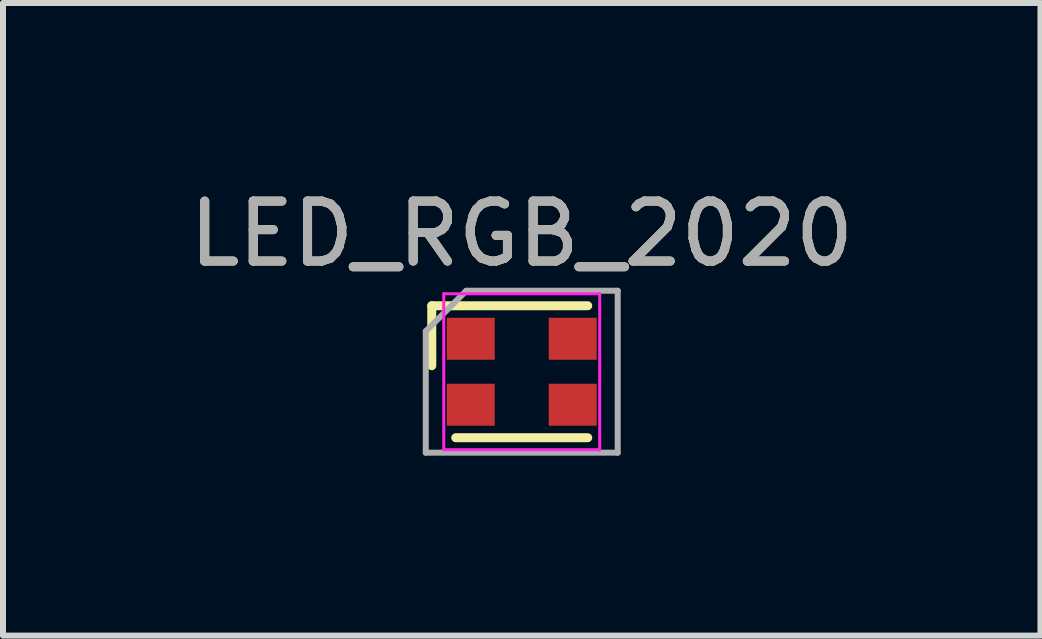
<source format=kicad_pcb>
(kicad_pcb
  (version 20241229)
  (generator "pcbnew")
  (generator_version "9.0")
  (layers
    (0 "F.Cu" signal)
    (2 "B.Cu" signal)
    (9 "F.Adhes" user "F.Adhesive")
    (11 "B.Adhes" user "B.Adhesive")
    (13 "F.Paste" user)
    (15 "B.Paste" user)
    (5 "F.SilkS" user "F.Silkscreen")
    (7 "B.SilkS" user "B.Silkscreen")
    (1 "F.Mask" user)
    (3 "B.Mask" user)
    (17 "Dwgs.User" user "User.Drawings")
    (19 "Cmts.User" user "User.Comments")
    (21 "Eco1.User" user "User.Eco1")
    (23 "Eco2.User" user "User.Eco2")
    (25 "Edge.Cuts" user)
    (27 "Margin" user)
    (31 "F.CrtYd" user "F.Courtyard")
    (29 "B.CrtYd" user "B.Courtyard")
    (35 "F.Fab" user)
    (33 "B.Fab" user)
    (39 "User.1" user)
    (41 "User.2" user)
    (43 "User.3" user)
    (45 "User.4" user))
  (footprint "LED_RGB_2020"
    (layer "F.Cu")
    (at 5.649 3.148)
    (property "Reference" "LED_RGB_2020" (at 0 -2.3 0) (layer "F.SilkS") (effects (font (size 1 1) (thickness 0.15))))
    (attr smd)
    (fp_line (start -1.5 -1.1) (end -1.5 -0.1) (stroke (width 0.15) (type solid)) (layer "F.SilkS"))
    (fp_line (start -1.5 -1.1) (end 1.1 -1.1) (stroke (width 0.15) (type solid)) (layer "F.SilkS"))
    (fp_line (start 1.1 1.1) (end -1.1 1.1) (stroke (width 0.15) (type solid)) (layer "F.SilkS"))
    (fp_line (start -1.3 -1.3) (end -1.3 1.3) (stroke (width 0.05) (type solid)) (layer "F.CrtYd"))
    (fp_line (start -1.3 1.3) (end 1.3 1.3) (stroke (width 0.05) (type solid)) (layer "F.CrtYd"))
    (fp_line (start 1.3 -1.3) (end -1.3 -1.3) (stroke (width 0.05) (type solid)) (layer "F.CrtYd"))
    (fp_line (start 1.3 1.3) (end 1.3 -1.3) (stroke (width 0.05) (type solid)) (layer "F.CrtYd"))
    (fp_line (start -1.6 -0.675) (end -0.925 -1.35) (stroke (width 0.1) (type solid)) (layer "F.Fab"))
    (fp_line (start -1.6 1.35) (end -1.6 -0.675) (stroke (width 0.1) (type solid)) (layer "F.Fab"))
    (fp_line (start -0.925 -1.35) (end 1.6 -1.35) (stroke (width 0.1) (type solid)) (layer "F.Fab"))
    (fp_line (start 1.6 -1.35) (end 1.6 1.35) (stroke (width 0.1) (type solid)) (layer "F.Fab"))
    (fp_line (start 1.6 1.35) (end -1.6 1.35) (stroke (width 0.1) (type solid)) (layer "F.Fab"))
    (fp_text user "${REFERENCE}" (at 0 -2.3 0) (layer "F.Fab") (effects (font (size 1 1) (thickness 0.15))))
    (pad "1" smd rect (at -0.85 -0.55 180) (size 0.8 0.7) (layers "F.Cu" "F.Mask" "F.Paste"))
    (pad "2" smd rect (at 0.85 -0.55 180) (size 0.8 0.7) (layers "F.Cu" "F.Mask" "F.Paste"))
    (pad "3" smd rect (at 0.85 0.55) (size 0.8 0.7) (layers "F.Cu" "F.Mask" "F.Paste"))
    (pad "4" smd rect (at -0.85 0.55) (size 0.8 0.7) (layers "F.Cu" "F.Mask" "F.Paste")))
  (gr_rect
    (start -3 -3)
    (end 14.298 7.548)
    (stroke (width 0.1) (type default))
    (fill no)
    (layer "Edge.Cuts")))
</source>
